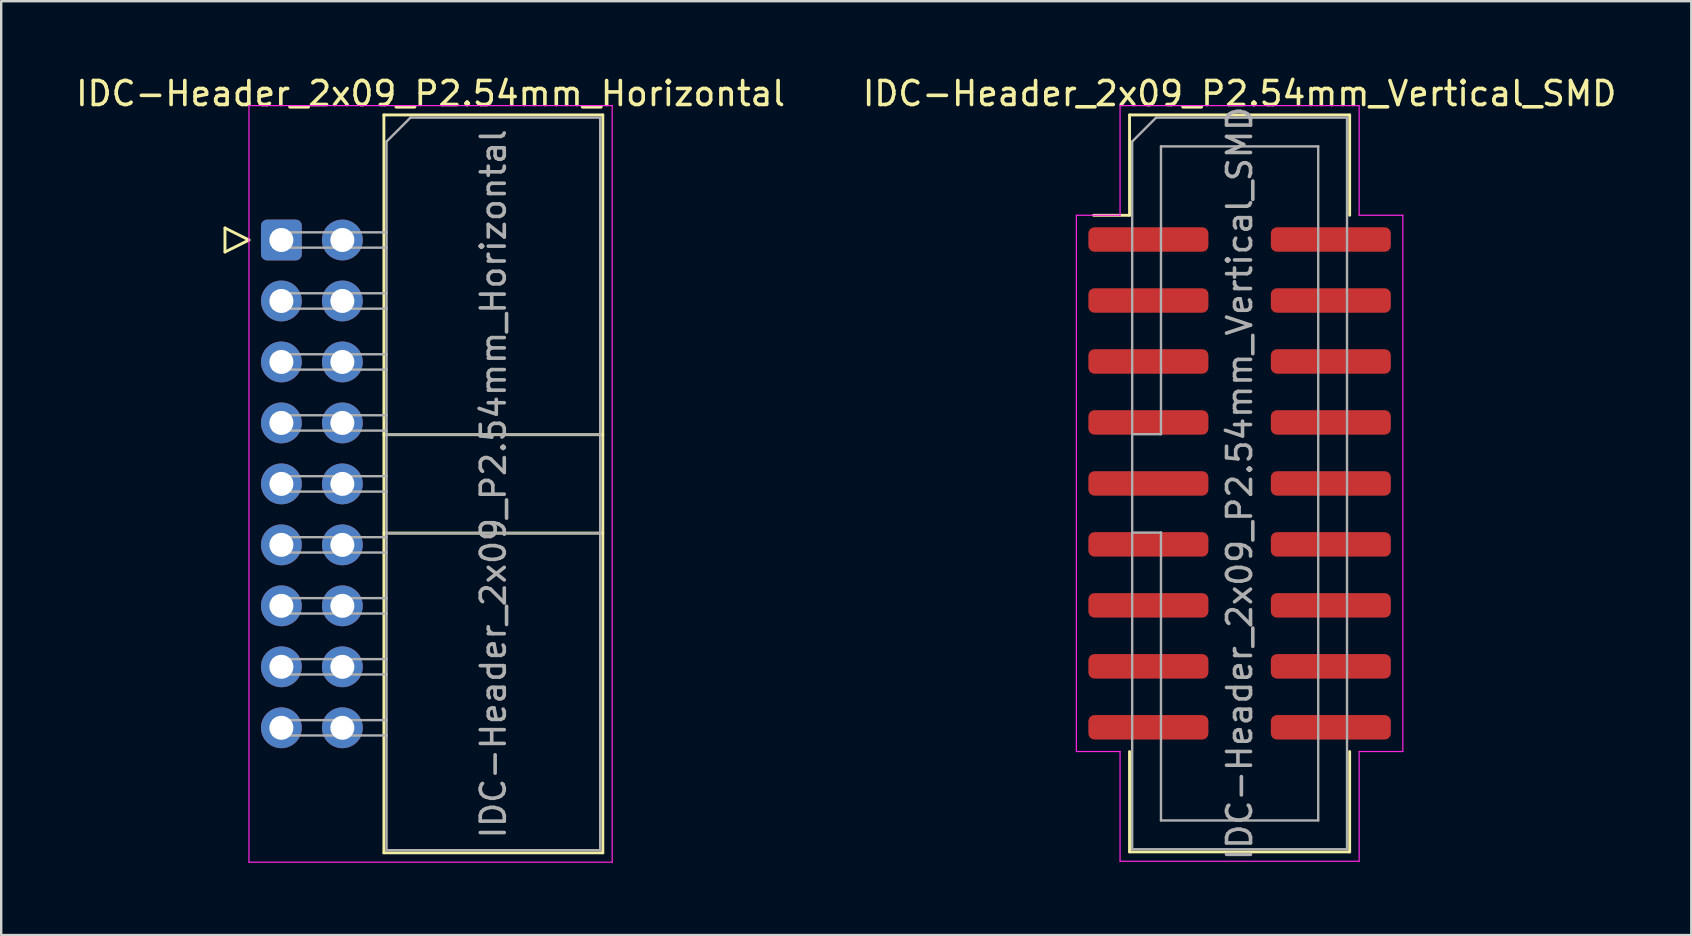
<source format=kicad_pcb>
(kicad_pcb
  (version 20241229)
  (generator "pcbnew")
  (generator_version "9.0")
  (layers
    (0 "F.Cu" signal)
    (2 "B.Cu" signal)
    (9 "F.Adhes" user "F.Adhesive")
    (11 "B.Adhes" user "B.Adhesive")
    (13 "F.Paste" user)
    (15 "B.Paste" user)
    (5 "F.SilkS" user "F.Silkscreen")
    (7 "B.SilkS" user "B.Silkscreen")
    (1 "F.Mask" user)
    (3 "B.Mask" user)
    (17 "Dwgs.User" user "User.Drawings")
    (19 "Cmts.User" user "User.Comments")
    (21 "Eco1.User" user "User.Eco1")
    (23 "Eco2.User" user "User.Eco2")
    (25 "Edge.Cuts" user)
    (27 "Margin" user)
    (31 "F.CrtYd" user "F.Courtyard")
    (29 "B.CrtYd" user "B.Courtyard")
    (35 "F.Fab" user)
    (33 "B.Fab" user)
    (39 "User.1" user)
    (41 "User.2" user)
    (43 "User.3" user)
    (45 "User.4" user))
  (footprint "IDC-Header_2x09_P2.54mm_Horizontal"
    (layer "F.Cu")
    (at 8.672 6.948)
    (property "Reference" "IDC-Header_2x09_P2.54mm_Horizontal" (at 6.215 -6.1 0) (layer "F.SilkS") (effects (font (size 1 1) (thickness 0.15))))
    (attr through_hole)
    (fp_line (start -2.35 -0.5) (end -2.35 0.5) (stroke (width 0.12) (type solid)) (layer "F.SilkS"))
    (fp_line (start -2.35 0.5) (end -1.35 0) (stroke (width 0.12) (type solid)) (layer "F.SilkS"))
    (fp_line (start -1.35 0) (end -2.35 -0.5) (stroke (width 0.12) (type solid)) (layer "F.SilkS"))
    (fp_line (start 4.27 -5.21) (end 13.39 -5.21) (stroke (width 0.12) (type solid)) (layer "F.SilkS"))
    (fp_line (start 4.27 8.11) (end 13.39 8.11) (stroke (width 0.12) (type solid)) (layer "F.SilkS"))
    (fp_line (start 4.27 12.21) (end 13.39 12.21) (stroke (width 0.12) (type solid)) (layer "F.SilkS"))
    (fp_line (start 4.27 25.53) (end 4.27 -5.21) (stroke (width 0.12) (type solid)) (layer "F.SilkS"))
    (fp_line (start 13.39 -5.21) (end 13.39 25.53) (stroke (width 0.12) (type solid)) (layer "F.SilkS"))
    (fp_line (start 13.39 25.53) (end 4.27 25.53) (stroke (width 0.12) (type solid)) (layer "F.SilkS"))
    (fp_line (start -1.35 -5.6) (end -1.35 25.92) (stroke (width 0.05) (type solid)) (layer "F.CrtYd"))
    (fp_line (start -1.35 25.92) (end 13.78 25.92) (stroke (width 0.05) (type solid)) (layer "F.CrtYd"))
    (fp_line (start 13.78 -5.6) (end -1.35 -5.6) (stroke (width 0.05) (type solid)) (layer "F.CrtYd"))
    (fp_line (start 13.78 25.92) (end 13.78 -5.6) (stroke (width 0.05) (type solid)) (layer "F.CrtYd"))
    (fp_line (start -0.32 -0.32) (end -0.32 0.32) (stroke (width 0.1) (type solid)) (layer "F.Fab"))
    (fp_line (start -0.32 0.32) (end 4.38 0.32) (stroke (width 0.1) (type solid)) (layer "F.Fab"))
    (fp_line (start -0.32 2.22) (end -0.32 2.86) (stroke (width 0.1) (type solid)) (layer "F.Fab"))
    (fp_line (start -0.32 2.86) (end 4.38 2.86) (stroke (width 0.1) (type solid)) (layer "F.Fab"))
    (fp_line (start -0.32 4.76) (end -0.32 5.4) (stroke (width 0.1) (type solid)) (layer "F.Fab"))
    (fp_line (start -0.32 5.4) (end 4.38 5.4) (stroke (width 0.1) (type solid)) (layer "F.Fab"))
    (fp_line (start -0.32 7.3) (end -0.32 7.94) (stroke (width 0.1) (type solid)) (layer "F.Fab"))
    (fp_line (start -0.32 7.94) (end 4.38 7.94) (stroke (width 0.1) (type solid)) (layer "F.Fab"))
    (fp_line (start -0.32 9.84) (end -0.32 10.48) (stroke (width 0.1) (type solid)) (layer "F.Fab"))
    (fp_line (start -0.32 10.48) (end 4.38 10.48) (stroke (width 0.1) (type solid)) (layer "F.Fab"))
    (fp_line (start -0.32 12.38) (end -0.32 13.02) (stroke (width 0.1) (type solid)) (layer "F.Fab"))
    (fp_line (start -0.32 13.02) (end 4.38 13.02) (stroke (width 0.1) (type solid)) (layer "F.Fab"))
    (fp_line (start -0.32 14.92) (end -0.32 15.56) (stroke (width 0.1) (type solid)) (layer "F.Fab"))
    (fp_line (start -0.32 15.56) (end 4.38 15.56) (stroke (width 0.1) (type solid)) (layer "F.Fab"))
    (fp_line (start -0.32 17.46) (end -0.32 18.1) (stroke (width 0.1) (type solid)) (layer "F.Fab"))
    (fp_line (start -0.32 18.1) (end 4.38 18.1) (stroke (width 0.1) (type solid)) (layer "F.Fab"))
    (fp_line (start -0.32 20) (end -0.32 20.64) (stroke (width 0.1) (type solid)) (layer "F.Fab"))
    (fp_line (start -0.32 20.64) (end 4.38 20.64) (stroke (width 0.1) (type solid)) (layer "F.Fab"))
    (fp_line (start 4.38 -4.1) (end 5.38 -5.1) (stroke (width 0.1) (type solid)) (layer "F.Fab"))
    (fp_line (start 4.38 -0.32) (end -0.32 -0.32) (stroke (width 0.1) (type solid)) (layer "F.Fab"))
    (fp_line (start 4.38 2.22) (end -0.32 2.22) (stroke (width 0.1) (type solid)) (layer "F.Fab"))
    (fp_line (start 4.38 4.76) (end -0.32 4.76) (stroke (width 0.1) (type solid)) (layer "F.Fab"))
    (fp_line (start 4.38 7.3) (end -0.32 7.3) (stroke (width 0.1) (type solid)) (layer "F.Fab"))
    (fp_line (start 4.38 8.11) (end 13.28 8.11) (stroke (width 0.1) (type solid)) (layer "F.Fab"))
    (fp_line (start 4.38 9.84) (end -0.32 9.84) (stroke (width 0.1) (type solid)) (layer "F.Fab"))
    (fp_line (start 4.38 12.21) (end 13.28 12.21) (stroke (width 0.1) (type solid)) (layer "F.Fab"))
    (fp_line (start 4.38 12.38) (end -0.32 12.38) (stroke (width 0.1) (type solid)) (layer "F.Fab"))
    (fp_line (start 4.38 14.92) (end -0.32 14.92) (stroke (width 0.1) (type solid)) (layer "F.Fab"))
    (fp_line (start 4.38 17.46) (end -0.32 17.46) (stroke (width 0.1) (type solid)) (layer "F.Fab"))
    (fp_line (start 4.38 20) (end -0.32 20) (stroke (width 0.1) (type solid)) (layer "F.Fab"))
    (fp_line (start 4.38 25.42) (end 4.38 -4.1) (stroke (width 0.1) (type solid)) (layer "F.Fab"))
    (fp_line (start 5.38 -5.1) (end 13.28 -5.1) (stroke (width 0.1) (type solid)) (layer "F.Fab"))
    (fp_line (start 13.28 -5.1) (end 13.28 25.42) (stroke (width 0.1) (type solid)) (layer "F.Fab"))
    (fp_line (start 13.28 25.42) (end 4.38 25.42) (stroke (width 0.1) (type solid)) (layer "F.Fab"))
    (fp_text user "${REFERENCE}" (at 8.83 10.16 90) (layer "F.Fab") (effects (font (size 1 1) (thickness 0.15))))
    (pad "1" thru_hole roundrect (at 0 0) (size 1.7 1.7) (drill 1) (layers "*.Cu" "*.Mask") (roundrect_rratio 0.147))
    (pad "2" thru_hole circle (at 2.54 0) (size 1.7 1.7) (drill 1) (layers "*.Cu" "*.Mask"))
    (pad "3" thru_hole circle (at 0 2.54) (size 1.7 1.7) (drill 1) (layers "*.Cu" "*.Mask"))
    (pad "4" thru_hole circle (at 2.54 2.54) (size 1.7 1.7) (drill 1) (layers "*.Cu" "*.Mask"))
    (pad "5" thru_hole circle (at 0 5.08) (size 1.7 1.7) (drill 1) (layers "*.Cu" "*.Mask"))
    (pad "6" thru_hole circle (at 2.54 5.08) (size 1.7 1.7) (drill 1) (layers "*.Cu" "*.Mask"))
    (pad "7" thru_hole circle (at 0 7.62) (size 1.7 1.7) (drill 1) (layers "*.Cu" "*.Mask"))
    (pad "8" thru_hole circle (at 2.54 7.62) (size 1.7 1.7) (drill 1) (layers "*.Cu" "*.Mask"))
    (pad "9" thru_hole circle (at 0 10.16) (size 1.7 1.7) (drill 1) (layers "*.Cu" "*.Mask"))
    (pad "10" thru_hole circle (at 2.54 10.16) (size 1.7 1.7) (drill 1) (layers "*.Cu" "*.Mask"))
    (pad "11" thru_hole circle (at 0 12.7) (size 1.7 1.7) (drill 1) (layers "*.Cu" "*.Mask"))
    (pad "12" thru_hole circle (at 2.54 12.7) (size 1.7 1.7) (drill 1) (layers "*.Cu" "*.Mask"))
    (pad "13" thru_hole circle (at 0 15.24) (size 1.7 1.7) (drill 1) (layers "*.Cu" "*.Mask"))
    (pad "14" thru_hole circle (at 2.54 15.24) (size 1.7 1.7) (drill 1) (layers "*.Cu" "*.Mask"))
    (pad "15" thru_hole circle (at 0 17.78) (size 1.7 1.7) (drill 1) (layers "*.Cu" "*.Mask"))
    (pad "16" thru_hole circle (at 2.54 17.78) (size 1.7 1.7) (drill 1) (layers "*.Cu" "*.Mask"))
    (pad "17" thru_hole circle (at 0 20.32) (size 1.7 1.7) (drill 1) (layers "*.Cu" "*.Mask"))
    (pad "18" thru_hole circle (at 2.54 20.32) (size 1.7 1.7) (drill 1) (layers "*.Cu" "*.Mask")))
  (footprint "IDC-Header_2x09_P2.54mm_Vertical_SMD"
    (layer "F.Cu")
    (at 48.589 17.088)
    (property "Reference" "IDC-Header_2x09_P2.54mm_Vertical_SMD" (at 0 -16.24 0) (layer "F.SilkS") (effects (font (size 1 1) (thickness 0.15))))
    (attr smd)
    (fp_line (start -4.585 -15.35) (end 4.585 -15.35) (stroke (width 0.12) (type solid)) (layer "F.SilkS"))
    (fp_line (start -4.585 -11.17) (end -6.085 -11.17) (stroke (width 0.12) (type solid)) (layer "F.SilkS"))
    (fp_line (start -4.585 -11.17) (end -4.585 -15.35) (stroke (width 0.12) (type solid)) (layer "F.SilkS"))
    (fp_line (start -4.585 11.17) (end -4.585 15.35) (stroke (width 0.12) (type solid)) (layer "F.SilkS"))
    (fp_line (start -4.585 15.35) (end 4.585 15.35) (stroke (width 0.12) (type solid)) (layer "F.SilkS"))
    (fp_line (start 4.585 -15.35) (end 4.585 -11.17) (stroke (width 0.12) (type solid)) (layer "F.SilkS"))
    (fp_line (start 4.585 15.35) (end 4.585 11.17) (stroke (width 0.12) (type solid)) (layer "F.SilkS"))
    (fp_line (start -6.8 -11.17) (end -6.8 11.17) (stroke (width 0.05) (type solid)) (layer "F.CrtYd"))
    (fp_line (start -6.8 11.17) (end -4.98 11.17) (stroke (width 0.05) (type solid)) (layer "F.CrtYd"))
    (fp_line (start -4.98 -15.74) (end -4.98 -11.17) (stroke (width 0.05) (type solid)) (layer "F.CrtYd"))
    (fp_line (start -4.98 -11.17) (end -6.8 -11.17) (stroke (width 0.05) (type solid)) (layer "F.CrtYd"))
    (fp_line (start -4.98 11.17) (end -4.98 15.74) (stroke (width 0.05) (type solid)) (layer "F.CrtYd"))
    (fp_line (start -4.98 15.74) (end 4.98 15.74) (stroke (width 0.05) (type solid)) (layer "F.CrtYd"))
    (fp_line (start 4.98 -15.74) (end -4.98 -15.74) (stroke (width 0.05) (type solid)) (layer "F.CrtYd"))
    (fp_line (start 4.98 -11.17) (end 4.98 -15.74) (stroke (width 0.05) (type solid)) (layer "F.CrtYd"))
    (fp_line (start 4.98 11.17) (end 6.8 11.17) (stroke (width 0.05) (type solid)) (layer "F.CrtYd"))
    (fp_line (start 4.98 15.74) (end 4.98 11.17) (stroke (width 0.05) (type solid)) (layer "F.CrtYd"))
    (fp_line (start 6.8 -11.17) (end 4.98 -11.17) (stroke (width 0.05) (type solid)) (layer "F.CrtYd"))
    (fp_line (start 6.8 11.17) (end 6.8 -11.17) (stroke (width 0.05) (type solid)) (layer "F.CrtYd"))
    (fp_line (start -4.475 -14.24) (end -3.475 -15.24) (stroke (width 0.1) (type solid)) (layer "F.Fab"))
    (fp_line (start -4.475 -2.05) (end -3.275 -2.05) (stroke (width 0.1) (type solid)) (layer "F.Fab"))
    (fp_line (start -4.475 15.24) (end -4.475 -14.24) (stroke (width 0.1) (type solid)) (layer "F.Fab"))
    (fp_line (start -3.475 -15.24) (end 4.475 -15.24) (stroke (width 0.1) (type solid)) (layer "F.Fab"))
    (fp_line (start -3.275 -14.04) (end 3.275 -14.04) (stroke (width 0.1) (type solid)) (layer "F.Fab"))
    (fp_line (start -3.275 -2.05) (end -3.275 -14.04) (stroke (width 0.1) (type solid)) (layer "F.Fab"))
    (fp_line (start -3.275 2.05) (end -4.475 2.05) (stroke (width 0.1) (type solid)) (layer "F.Fab"))
    (fp_line (start -3.275 2.05) (end -3.275 2.05) (stroke (width 0.1) (type solid)) (layer "F.Fab"))
    (fp_line (start -3.275 14.04) (end -3.275 2.05) (stroke (width 0.1) (type solid)) (layer "F.Fab"))
    (fp_line (start 3.275 -14.04) (end 3.275 14.04) (stroke (width 0.1) (type solid)) (layer "F.Fab"))
    (fp_line (start 3.275 14.04) (end -3.275 14.04) (stroke (width 0.1) (type solid)) (layer "F.Fab"))
    (fp_line (start 4.475 -15.24) (end 4.475 15.24) (stroke (width 0.1) (type solid)) (layer "F.Fab"))
    (fp_line (start 4.475 15.24) (end -4.475 15.24) (stroke (width 0.1) (type solid)) (layer "F.Fab"))
    (fp_text user "${REFERENCE}" (at 0 0 90) (layer "F.Fab") (effects (font (size 1 1) (thickness 0.15))))
    (pad "1" smd roundrect (at -3.8 -10.16) (size 5 1.02) (layers "F.Cu" "F.Mask" "F.Paste") (roundrect_rratio 0.25))
    (pad "2" smd roundrect (at 3.8 -10.16) (size 5 1.02) (layers "F.Cu" "F.Mask" "F.Paste") (roundrect_rratio 0.25))
    (pad "3" smd roundrect (at -3.8 -7.62) (size 5 1.02) (layers "F.Cu" "F.Mask" "F.Paste") (roundrect_rratio 0.25))
    (pad "4" smd roundrect (at 3.8 -7.62) (size 5 1.02) (layers "F.Cu" "F.Mask" "F.Paste") (roundrect_rratio 0.25))
    (pad "5" smd roundrect (at -3.8 -5.08) (size 5 1.02) (layers "F.Cu" "F.Mask" "F.Paste") (roundrect_rratio 0.25))
    (pad "6" smd roundrect (at 3.8 -5.08) (size 5 1.02) (layers "F.Cu" "F.Mask" "F.Paste") (roundrect_rratio 0.25))
    (pad "7" smd roundrect (at -3.8 -2.54) (size 5 1.02) (layers "F.Cu" "F.Mask" "F.Paste") (roundrect_rratio 0.25))
    (pad "8" smd roundrect (at 3.8 -2.54) (size 5 1.02) (layers "F.Cu" "F.Mask" "F.Paste") (roundrect_rratio 0.25))
    (pad "9" smd roundrect (at -3.8 0) (size 5 1.02) (layers "F.Cu" "F.Mask" "F.Paste") (roundrect_rratio 0.25))
    (pad "10" smd roundrect (at 3.8 0) (size 5 1.02) (layers "F.Cu" "F.Mask" "F.Paste") (roundrect_rratio 0.25))
    (pad "11" smd roundrect (at -3.8 2.54) (size 5 1.02) (layers "F.Cu" "F.Mask" "F.Paste") (roundrect_rratio 0.25))
    (pad "12" smd roundrect (at 3.8 2.54) (size 5 1.02) (layers "F.Cu" "F.Mask" "F.Paste") (roundrect_rratio 0.25))
    (pad "13" smd roundrect (at -3.8 5.08) (size 5 1.02) (layers "F.Cu" "F.Mask" "F.Paste") (roundrect_rratio 0.25))
    (pad "14" smd roundrect (at 3.8 5.08) (size 5 1.02) (layers "F.Cu" "F.Mask" "F.Paste") (roundrect_rratio 0.25))
    (pad "15" smd roundrect (at -3.8 7.62) (size 5 1.02) (layers "F.Cu" "F.Mask" "F.Paste") (roundrect_rratio 0.25))
    (pad "16" smd roundrect (at 3.8 7.62) (size 5 1.02) (layers "F.Cu" "F.Mask" "F.Paste") (roundrect_rratio 0.25))
    (pad "17" smd roundrect (at -3.8 10.16) (size 5 1.02) (layers "F.Cu" "F.Mask" "F.Paste") (roundrect_rratio 0.25))
    (pad "18" smd roundrect (at 3.8 10.16) (size 5 1.02) (layers "F.Cu" "F.Mask" "F.Paste") (roundrect_rratio 0.25)))
  (gr_rect
    (start -3 -3)
    (end 67.405 35.904)
    (stroke (width 0.1) (type default))
    (fill no)
    (layer "Edge.Cuts")))
</source>
